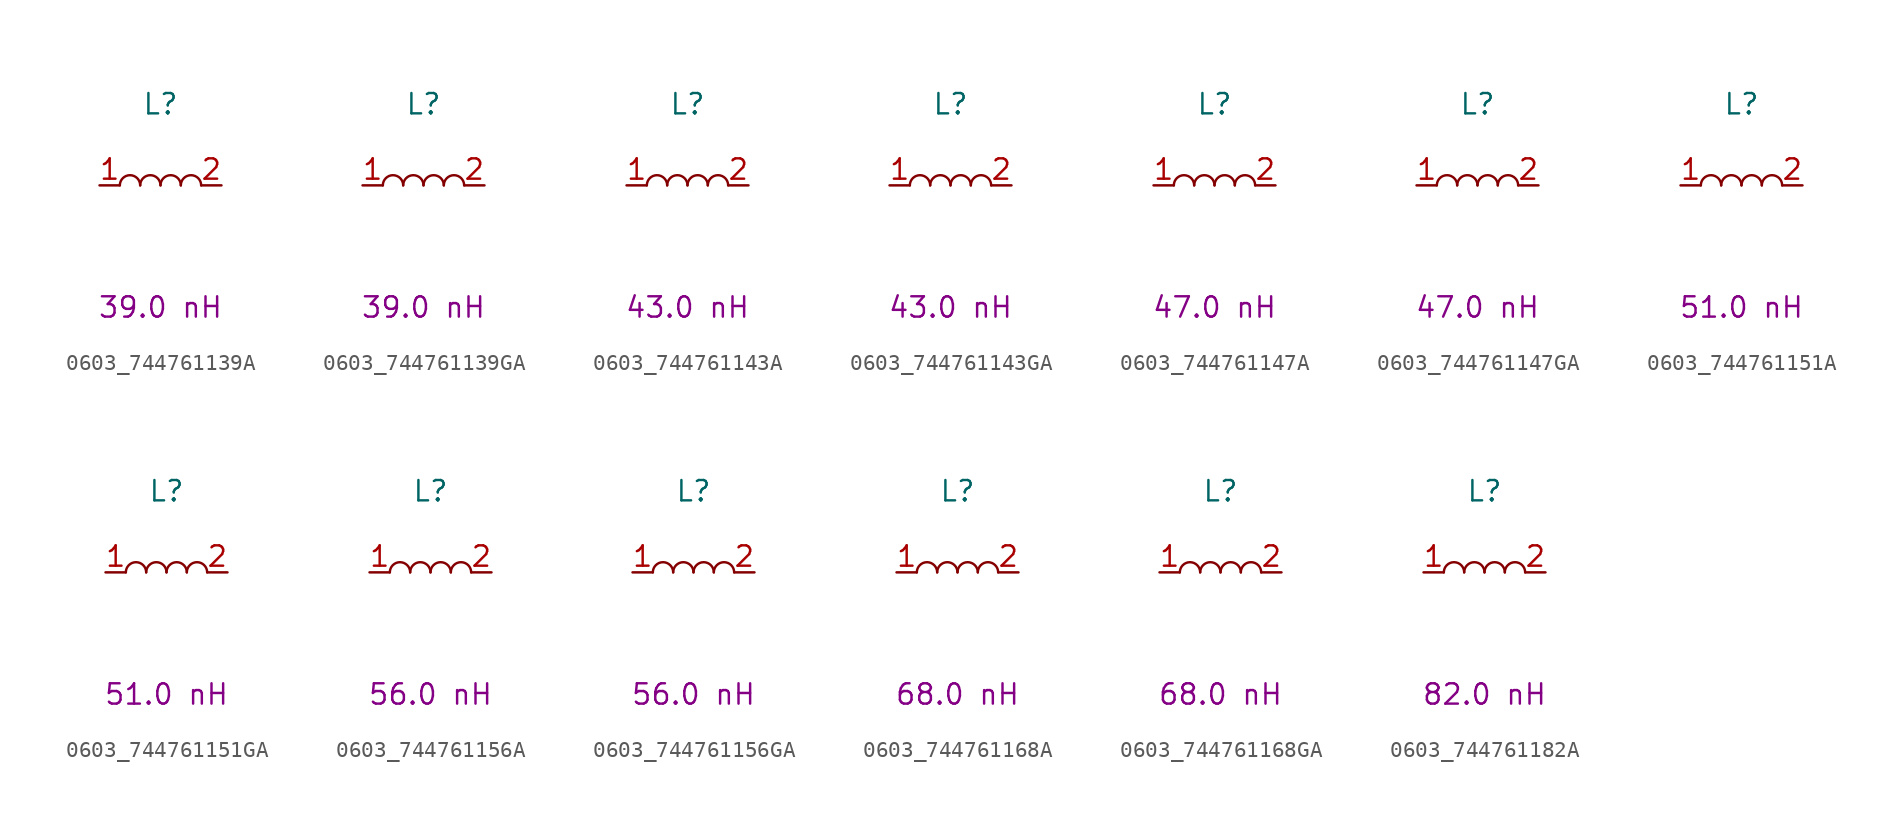
<source format=kicad_sym>
(kicad_symbol_lib
  (version 20220914)
  (generator kicad_symbol_editor)
  (symbol "0603_744761139A"
    (pin_names hide)
    (property "Reference" "L"
      (at 0 5.08 0)
      (effects (font (size 1.27 1.27))))
    (property "Critical Parameter" "39.0 nH"
      (at 0 -7.62 0)
      (effects (font (size 1.27 1.27))))
    (symbol "0603_744761139A_0_1"
      (arc (start -1.27 0) (mid -1.905 0.6323) (end -2.54 0) (stroke (width 0) (type default)) (fill (type none)))
      (arc (start 0 0) (mid -0.635 0.6323) (end -1.27 0) (stroke (width 0) (type default)) (fill (type none)))
      (arc (start 1.27 0) (mid 0.635 0.6323) (end 0 0) (stroke (width 0) (type default)) (fill (type none)))
      (arc (start 2.54 0) (mid 1.905 0.6323) (end 1.27 0) (stroke (width 0) (type default)) (fill (type none))))
    (symbol "0603_744761139A_1_1"
      (pin passive line (at -3.81 0 0) (length 1.27) (name "1" (effects (font (size 1.27 1.27)))) (number "1" (effects (font (size 1.27 1.27)))))
      (pin passive line (at 3.81 0 180) (length 1.27) (name "2" (effects (font (size 1.27 1.27)))) (number "2" (effects (font (size 1.27 1.27)))))))
  (symbol "0603_744761139GA"
    (pin_names hide)
    (property "Reference" "L"
      (at 0 5.08 0)
      (effects (font (size 1.27 1.27))))
    (property "Critical Parameter" "39.0 nH"
      (at 0 -7.62 0)
      (effects (font (size 1.27 1.27))))
    (symbol "0603_744761139GA_0_1"
      (arc (start -1.27 0) (mid -1.905 0.6323) (end -2.54 0) (stroke (width 0) (type default)) (fill (type none)))
      (arc (start 0 0) (mid -0.635 0.6323) (end -1.27 0) (stroke (width 0) (type default)) (fill (type none)))
      (arc (start 1.27 0) (mid 0.635 0.6323) (end 0 0) (stroke (width 0) (type default)) (fill (type none)))
      (arc (start 2.54 0) (mid 1.905 0.6323) (end 1.27 0) (stroke (width 0) (type default)) (fill (type none))))
    (symbol "0603_744761139GA_1_1"
      (pin passive line (at -3.81 0 0) (length 1.27) (name "1" (effects (font (size 1.27 1.27)))) (number "1" (effects (font (size 1.27 1.27)))))
      (pin passive line (at 3.81 0 180) (length 1.27) (name "2" (effects (font (size 1.27 1.27)))) (number "2" (effects (font (size 1.27 1.27)))))))
  (symbol "0603_744761143A"
    (pin_names hide)
    (property "Reference" "L"
      (at 0 5.08 0)
      (effects (font (size 1.27 1.27))))
    (property "Critical Parameter" "43.0 nH"
      (at 0 -7.62 0)
      (effects (font (size 1.27 1.27))))
    (symbol "0603_744761143A_0_1"
      (arc (start -1.27 0) (mid -1.905 0.6323) (end -2.54 0) (stroke (width 0) (type default)) (fill (type none)))
      (arc (start 0 0) (mid -0.635 0.6323) (end -1.27 0) (stroke (width 0) (type default)) (fill (type none)))
      (arc (start 1.27 0) (mid 0.635 0.6323) (end 0 0) (stroke (width 0) (type default)) (fill (type none)))
      (arc (start 2.54 0) (mid 1.905 0.6323) (end 1.27 0) (stroke (width 0) (type default)) (fill (type none))))
    (symbol "0603_744761143A_1_1"
      (pin passive line (at -3.81 0 0) (length 1.27) (name "1" (effects (font (size 1.27 1.27)))) (number "1" (effects (font (size 1.27 1.27)))))
      (pin passive line (at 3.81 0 180) (length 1.27) (name "2" (effects (font (size 1.27 1.27)))) (number "2" (effects (font (size 1.27 1.27)))))))
  (symbol "0603_744761143GA"
    (pin_names hide)
    (property "Reference" "L"
      (at 0 5.08 0)
      (effects (font (size 1.27 1.27))))
    (property "Critical Parameter" "43.0 nH"
      (at 0 -7.62 0)
      (effects (font (size 1.27 1.27))))
    (symbol "0603_744761143GA_0_1"
      (arc (start -1.27 0) (mid -1.905 0.6323) (end -2.54 0) (stroke (width 0) (type default)) (fill (type none)))
      (arc (start 0 0) (mid -0.635 0.6323) (end -1.27 0) (stroke (width 0) (type default)) (fill (type none)))
      (arc (start 1.27 0) (mid 0.635 0.6323) (end 0 0) (stroke (width 0) (type default)) (fill (type none)))
      (arc (start 2.54 0) (mid 1.905 0.6323) (end 1.27 0) (stroke (width 0) (type default)) (fill (type none))))
    (symbol "0603_744761143GA_1_1"
      (pin passive line (at -3.81 0 0) (length 1.27) (name "1" (effects (font (size 1.27 1.27)))) (number "1" (effects (font (size 1.27 1.27)))))
      (pin passive line (at 3.81 0 180) (length 1.27) (name "2" (effects (font (size 1.27 1.27)))) (number "2" (effects (font (size 1.27 1.27)))))))
  (symbol "0603_744761147A"
    (pin_names hide)
    (property "Reference" "L"
      (at 0 5.08 0)
      (effects (font (size 1.27 1.27))))
    (property "Critical Parameter" "47.0 nH"
      (at 0 -7.62 0)
      (effects (font (size 1.27 1.27))))
    (symbol "0603_744761147A_0_1"
      (arc (start -1.27 0) (mid -1.905 0.6323) (end -2.54 0) (stroke (width 0) (type default)) (fill (type none)))
      (arc (start 0 0) (mid -0.635 0.6323) (end -1.27 0) (stroke (width 0) (type default)) (fill (type none)))
      (arc (start 1.27 0) (mid 0.635 0.6323) (end 0 0) (stroke (width 0) (type default)) (fill (type none)))
      (arc (start 2.54 0) (mid 1.905 0.6323) (end 1.27 0) (stroke (width 0) (type default)) (fill (type none))))
    (symbol "0603_744761147A_1_1"
      (pin passive line (at -3.81 0 0) (length 1.27) (name "1" (effects (font (size 1.27 1.27)))) (number "1" (effects (font (size 1.27 1.27)))))
      (pin passive line (at 3.81 0 180) (length 1.27) (name "2" (effects (font (size 1.27 1.27)))) (number "2" (effects (font (size 1.27 1.27)))))))
  (symbol "0603_744761147GA"
    (pin_names hide)
    (property "Reference" "L"
      (at 0 5.08 0)
      (effects (font (size 1.27 1.27))))
    (property "Critical Parameter" "47.0 nH"
      (at 0 -7.62 0)
      (effects (font (size 1.27 1.27))))
    (symbol "0603_744761147GA_0_1"
      (arc (start -1.27 0) (mid -1.905 0.6323) (end -2.54 0) (stroke (width 0) (type default)) (fill (type none)))
      (arc (start 0 0) (mid -0.635 0.6323) (end -1.27 0) (stroke (width 0) (type default)) (fill (type none)))
      (arc (start 1.27 0) (mid 0.635 0.6323) (end 0 0) (stroke (width 0) (type default)) (fill (type none)))
      (arc (start 2.54 0) (mid 1.905 0.6323) (end 1.27 0) (stroke (width 0) (type default)) (fill (type none))))
    (symbol "0603_744761147GA_1_1"
      (pin passive line (at -3.81 0 0) (length 1.27) (name "1" (effects (font (size 1.27 1.27)))) (number "1" (effects (font (size 1.27 1.27)))))
      (pin passive line (at 3.81 0 180) (length 1.27) (name "2" (effects (font (size 1.27 1.27)))) (number "2" (effects (font (size 1.27 1.27)))))))
  (symbol "0603_744761151A"
    (pin_names hide)
    (property "Reference" "L"
      (at 0 5.08 0)
      (effects (font (size 1.27 1.27))))
    (property "Critical Parameter" "51.0 nH"
      (at 0 -7.62 0)
      (effects (font (size 1.27 1.27))))
    (symbol "0603_744761151A_0_1"
      (arc (start -1.27 0) (mid -1.905 0.6323) (end -2.54 0) (stroke (width 0) (type default)) (fill (type none)))
      (arc (start 0 0) (mid -0.635 0.6323) (end -1.27 0) (stroke (width 0) (type default)) (fill (type none)))
      (arc (start 1.27 0) (mid 0.635 0.6323) (end 0 0) (stroke (width 0) (type default)) (fill (type none)))
      (arc (start 2.54 0) (mid 1.905 0.6323) (end 1.27 0) (stroke (width 0) (type default)) (fill (type none))))
    (symbol "0603_744761151A_1_1"
      (pin passive line (at -3.81 0 0) (length 1.27) (name "1" (effects (font (size 1.27 1.27)))) (number "1" (effects (font (size 1.27 1.27)))))
      (pin passive line (at 3.81 0 180) (length 1.27) (name "2" (effects (font (size 1.27 1.27)))) (number "2" (effects (font (size 1.27 1.27)))))))
  (symbol "0603_744761151GA"
    (pin_names hide)
    (property "Reference" "L"
      (at 0 5.08 0)
      (effects (font (size 1.27 1.27))))
    (property "Critical Parameter" "51.0 nH"
      (at 0 -7.62 0)
      (effects (font (size 1.27 1.27))))
    (symbol "0603_744761151GA_0_1"
      (arc (start -1.27 0) (mid -1.905 0.6323) (end -2.54 0) (stroke (width 0) (type default)) (fill (type none)))
      (arc (start 0 0) (mid -0.635 0.6323) (end -1.27 0) (stroke (width 0) (type default)) (fill (type none)))
      (arc (start 1.27 0) (mid 0.635 0.6323) (end 0 0) (stroke (width 0) (type default)) (fill (type none)))
      (arc (start 2.54 0) (mid 1.905 0.6323) (end 1.27 0) (stroke (width 0) (type default)) (fill (type none))))
    (symbol "0603_744761151GA_1_1"
      (pin passive line (at -3.81 0 0) (length 1.27) (name "1" (effects (font (size 1.27 1.27)))) (number "1" (effects (font (size 1.27 1.27)))))
      (pin passive line (at 3.81 0 180) (length 1.27) (name "2" (effects (font (size 1.27 1.27)))) (number "2" (effects (font (size 1.27 1.27)))))))
  (symbol "0603_744761156A"
    (pin_names hide)
    (property "Reference" "L"
      (at 0 5.08 0)
      (effects (font (size 1.27 1.27))))
    (property "Critical Parameter" "56.0 nH"
      (at 0 -7.62 0)
      (effects (font (size 1.27 1.27))))
    (symbol "0603_744761156A_0_1"
      (arc (start -1.27 0) (mid -1.905 0.6323) (end -2.54 0) (stroke (width 0) (type default)) (fill (type none)))
      (arc (start 0 0) (mid -0.635 0.6323) (end -1.27 0) (stroke (width 0) (type default)) (fill (type none)))
      (arc (start 1.27 0) (mid 0.635 0.6323) (end 0 0) (stroke (width 0) (type default)) (fill (type none)))
      (arc (start 2.54 0) (mid 1.905 0.6323) (end 1.27 0) (stroke (width 0) (type default)) (fill (type none))))
    (symbol "0603_744761156A_1_1"
      (pin passive line (at -3.81 0 0) (length 1.27) (name "1" (effects (font (size 1.27 1.27)))) (number "1" (effects (font (size 1.27 1.27)))))
      (pin passive line (at 3.81 0 180) (length 1.27) (name "2" (effects (font (size 1.27 1.27)))) (number "2" (effects (font (size 1.27 1.27)))))))
  (symbol "0603_744761156GA"
    (pin_names hide)
    (property "Reference" "L"
      (at 0 5.08 0)
      (effects (font (size 1.27 1.27))))
    (property "Critical Parameter" "56.0 nH"
      (at 0 -7.62 0)
      (effects (font (size 1.27 1.27))))
    (symbol "0603_744761156GA_0_1"
      (arc (start -1.27 0) (mid -1.905 0.6323) (end -2.54 0) (stroke (width 0) (type default)) (fill (type none)))
      (arc (start 0 0) (mid -0.635 0.6323) (end -1.27 0) (stroke (width 0) (type default)) (fill (type none)))
      (arc (start 1.27 0) (mid 0.635 0.6323) (end 0 0) (stroke (width 0) (type default)) (fill (type none)))
      (arc (start 2.54 0) (mid 1.905 0.6323) (end 1.27 0) (stroke (width 0) (type default)) (fill (type none))))
    (symbol "0603_744761156GA_1_1"
      (pin passive line (at -3.81 0 0) (length 1.27) (name "1" (effects (font (size 1.27 1.27)))) (number "1" (effects (font (size 1.27 1.27)))))
      (pin passive line (at 3.81 0 180) (length 1.27) (name "2" (effects (font (size 1.27 1.27)))) (number "2" (effects (font (size 1.27 1.27)))))))
  (symbol "0603_744761168A"
    (pin_names hide)
    (property "Reference" "L"
      (at 0 5.08 0)
      (effects (font (size 1.27 1.27))))
    (property "Critical Parameter" "68.0 nH"
      (at 0 -7.62 0)
      (effects (font (size 1.27 1.27))))
    (symbol "0603_744761168A_0_1"
      (arc (start -1.27 0) (mid -1.905 0.6323) (end -2.54 0) (stroke (width 0) (type default)) (fill (type none)))
      (arc (start 0 0) (mid -0.635 0.6323) (end -1.27 0) (stroke (width 0) (type default)) (fill (type none)))
      (arc (start 1.27 0) (mid 0.635 0.6323) (end 0 0) (stroke (width 0) (type default)) (fill (type none)))
      (arc (start 2.54 0) (mid 1.905 0.6323) (end 1.27 0) (stroke (width 0) (type default)) (fill (type none))))
    (symbol "0603_744761168A_1_1"
      (pin passive line (at -3.81 0 0) (length 1.27) (name "1" (effects (font (size 1.27 1.27)))) (number "1" (effects (font (size 1.27 1.27)))))
      (pin passive line (at 3.81 0 180) (length 1.27) (name "2" (effects (font (size 1.27 1.27)))) (number "2" (effects (font (size 1.27 1.27)))))))
  (symbol "0603_744761168GA"
    (pin_names hide)
    (property "Reference" "L"
      (at 0 5.08 0)
      (effects (font (size 1.27 1.27))))
    (property "Critical Parameter" "68.0 nH"
      (at 0 -7.62 0)
      (effects (font (size 1.27 1.27))))
    (symbol "0603_744761168GA_0_1"
      (arc (start -1.27 0) (mid -1.905 0.6323) (end -2.54 0) (stroke (width 0) (type default)) (fill (type none)))
      (arc (start 0 0) (mid -0.635 0.6323) (end -1.27 0) (stroke (width 0) (type default)) (fill (type none)))
      (arc (start 1.27 0) (mid 0.635 0.6323) (end 0 0) (stroke (width 0) (type default)) (fill (type none)))
      (arc (start 2.54 0) (mid 1.905 0.6323) (end 1.27 0) (stroke (width 0) (type default)) (fill (type none))))
    (symbol "0603_744761168GA_1_1"
      (pin passive line (at -3.81 0 0) (length 1.27) (name "1" (effects (font (size 1.27 1.27)))) (number "1" (effects (font (size 1.27 1.27)))))
      (pin passive line (at 3.81 0 180) (length 1.27) (name "2" (effects (font (size 1.27 1.27)))) (number "2" (effects (font (size 1.27 1.27)))))))
  (symbol "0603_744761182A"
    (pin_names hide)
    (property "Reference" "L"
      (at 0 5.08 0)
      (effects (font (size 1.27 1.27))))
    (property "Critical Parameter" "82.0 nH"
      (at 0 -7.62 0)
      (effects (font (size 1.27 1.27))))
    (symbol "0603_744761182A_0_1"
      (arc (start -1.27 0) (mid -1.905 0.6323) (end -2.54 0) (stroke (width 0) (type default)) (fill (type none)))
      (arc (start 0 0) (mid -0.635 0.6323) (end -1.27 0) (stroke (width 0) (type default)) (fill (type none)))
      (arc (start 1.27 0) (mid 0.635 0.6323) (end 0 0) (stroke (width 0) (type default)) (fill (type none)))
      (arc (start 2.54 0) (mid 1.905 0.6323) (end 1.27 0) (stroke (width 0) (type default)) (fill (type none))))
    (symbol "0603_744761182A_1_1"
      (pin passive line (at -3.81 0 0) (length 1.27) (name "1" (effects (font (size 1.27 1.27)))) (number "1" (effects (font (size 1.27 1.27)))))
      (pin passive line (at 3.81 0 180) (length 1.27) (name "2" (effects (font (size 1.27 1.27)))) (number "2" (effects (font (size 1.27 1.27))))))))
</source>
